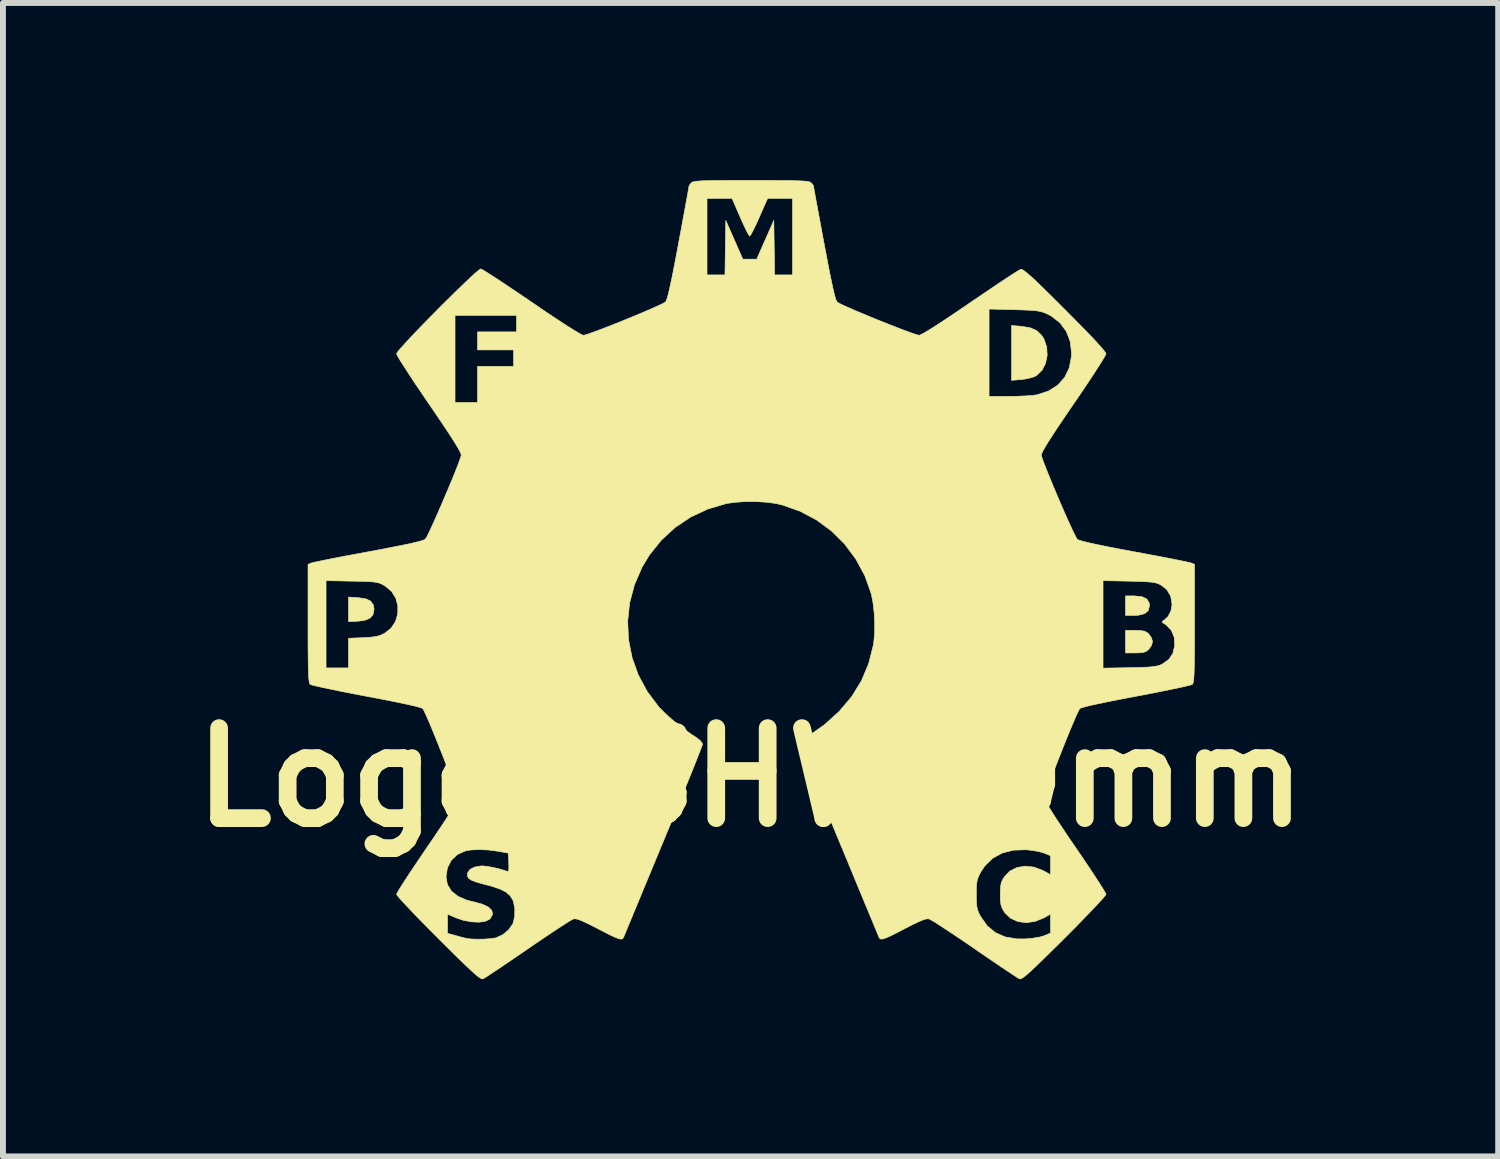
<source format=kicad_pcb>
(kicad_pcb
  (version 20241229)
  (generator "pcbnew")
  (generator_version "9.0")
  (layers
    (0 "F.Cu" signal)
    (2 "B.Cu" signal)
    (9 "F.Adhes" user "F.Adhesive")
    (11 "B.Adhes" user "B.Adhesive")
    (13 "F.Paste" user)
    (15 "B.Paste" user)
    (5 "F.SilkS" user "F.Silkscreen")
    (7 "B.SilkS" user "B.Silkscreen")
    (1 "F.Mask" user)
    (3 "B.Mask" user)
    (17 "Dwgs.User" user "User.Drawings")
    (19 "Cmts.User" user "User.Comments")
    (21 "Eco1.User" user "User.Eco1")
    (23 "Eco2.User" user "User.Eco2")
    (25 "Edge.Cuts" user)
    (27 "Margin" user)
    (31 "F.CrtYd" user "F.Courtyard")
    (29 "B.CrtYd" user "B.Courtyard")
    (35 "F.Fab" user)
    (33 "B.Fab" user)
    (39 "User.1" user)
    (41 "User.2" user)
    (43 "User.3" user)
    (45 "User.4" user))
  (footprint "LogoOSHW20mm"
    (layer "F.Cu")
    (at 9.659 10.114)
    (property "Reference" "LogoOSHW20mm" (at 0 0 0) (layer "F.SilkS") (effects (font (size 1.524 1.524) (thickness 0.3))))
    (attr through_hole)
    (fp_poly (pts (xy -6.639 -3.043) (xy -6.513 -3.024) (xy -6.43 -2.983) (xy -6.386 -2.918) (xy -6.375 -2.845) (xy -6.392 -2.757) (xy -6.443 -2.697) (xy -6.533 -2.66) (xy -6.639 -2.646) (xy -6.807 -2.636) (xy -6.807 -3.054) (xy -6.639 -3.043)) (stroke (width 0.01) (type solid)) (fill yes) (layer "F.SilkS"))
    (fp_poly (pts (xy 6.628 -3.06) (xy 6.71 -3.021) (xy 6.751 -2.954) (xy 6.756 -2.908) (xy 6.736 -2.827) (xy 6.675 -2.773) (xy 6.572 -2.747) (xy 6.502 -2.743) (xy 6.35 -2.743) (xy 6.35 -3.073) (xy 6.502 -3.073) (xy 6.628 -3.06)) (stroke (width 0.01) (type solid)) (fill yes) (layer "F.SilkS"))
    (fp_poly (pts (xy 4.584 -7.639) (xy 4.735 -7.614) (xy 4.848 -7.564) (xy 4.932 -7.483) (xy 4.972 -7.417) (xy 5.016 -7.284) (xy 5.023 -7.144) (xy 4.995 -7.01) (xy 4.936 -6.894) (xy 4.846 -6.808) (xy 4.831 -6.798) (xy 4.758 -6.769) (xy 4.657 -6.747) (xy 4.584 -6.737) (xy 4.42 -6.724) (xy 4.42 -7.652) (xy 4.584 -7.639)) (stroke (width 0.01) (type solid)) (fill yes) (layer "F.SilkS"))
    (fp_poly (pts (xy 6.612 -2.486) (xy 6.674 -2.475) (xy 6.719 -2.45) (xy 6.745 -2.427) (xy 6.788 -2.365) (xy 6.807 -2.301) (xy 6.807 -2.299) (xy 6.79 -2.235) (xy 6.747 -2.173) (xy 6.745 -2.171) (xy 6.702 -2.136) (xy 6.653 -2.117) (xy 6.58 -2.109) (xy 6.516 -2.108) (xy 6.35 -2.108) (xy 6.35 -2.489) (xy 6.516 -2.489) (xy 6.612 -2.486)) (stroke (width 0.01) (type solid)) (fill yes) (layer "F.SilkS"))
    (fp_poly (pts (xy 0.264 -10.109) (xy 0.47 -10.108) (xy 0.634 -10.107) (xy 0.763 -10.104) (xy 0.859 -10.101) (xy 0.928 -10.096) (xy 0.976 -10.09) (xy 1.006 -10.082) (xy 1.024 -10.072) (xy 1.027 -10.069) (xy 1.059 -10.031) (xy 1.067 -10.012) (xy 1.071 -9.984) (xy 1.084 -9.912) (xy 1.104 -9.8) (xy 1.131 -9.656) (xy 1.163 -9.484) (xy 1.199 -9.289) (xy 1.238 -9.078) (xy 1.245 -9.043) (xy 1.295 -8.779) (xy 1.337 -8.561) (xy 1.373 -8.387) (xy 1.402 -8.253) (xy 1.426 -8.155) (xy 1.446 -8.09) (xy 1.462 -8.055) (xy 1.467 -8.05) (xy 1.504 -8.027) (xy 1.581 -7.99) (xy 1.689 -7.942) (xy 1.822 -7.884) (xy 1.972 -7.822) (xy 2.131 -7.756) (xy 2.292 -7.692) (xy 2.446 -7.631) (xy 2.586 -7.577) (xy 2.705 -7.533) (xy 2.794 -7.502) (xy 2.847 -7.487) (xy 2.854 -7.487) (xy 2.892 -7.501) (xy 2.969 -7.544) (xy 3.083 -7.614) (xy 3.231 -7.709) (xy 3.411 -7.829) (xy 3.621 -7.971) (xy 3.72 -8.039) (xy 3.902 -8.163) (xy 4.071 -8.277) (xy 4.224 -8.38) (xy 4.356 -8.467) (xy 4.462 -8.536) (xy 4.536 -8.582) (xy 4.574 -8.604) (xy 4.576 -8.604) (xy 4.597 -8.601) (xy 4.63 -8.581) (xy 4.68 -8.542) (xy 4.75 -8.482) (xy 4.842 -8.396) (xy 4.959 -8.283) (xy 5.105 -8.139) (xy 5.282 -7.963) (xy 5.324 -7.921) (xy 5.519 -7.724) (xy 5.685 -7.555) (xy 5.819 -7.415) (xy 5.919 -7.305) (xy 5.986 -7.227) (xy 6.017 -7.182) (xy 6.02 -7.175) (xy 6.006 -7.143) (xy 5.966 -7.074) (xy 5.903 -6.974) (xy 5.821 -6.846) (xy 5.723 -6.697) (xy 5.611 -6.53) (xy 5.489 -6.351) (xy 5.47 -6.324) (xy 5.308 -6.086) (xy 5.175 -5.888) (xy 5.071 -5.728) (xy 4.995 -5.606) (xy 4.947 -5.521) (xy 4.925 -5.471) (xy 4.923 -5.461) (xy 4.934 -5.419) (xy 4.962 -5.339) (xy 5.005 -5.227) (xy 5.06 -5.092) (xy 5.122 -4.94) (xy 5.19 -4.78) (xy 5.259 -4.618) (xy 5.327 -4.462) (xy 5.391 -4.319) (xy 5.447 -4.198) (xy 5.492 -4.104) (xy 5.523 -4.047) (xy 5.532 -4.034) (xy 5.562 -4.018) (xy 5.627 -3.998) (xy 5.729 -3.973) (xy 5.872 -3.942) (xy 6.057 -3.904) (xy 6.287 -3.86) (xy 6.49 -3.822) (xy 6.701 -3.783) (xy 6.898 -3.746) (xy 7.075 -3.712) (xy 7.226 -3.682) (xy 7.344 -3.658) (xy 7.425 -3.64) (xy 7.461 -3.631) (xy 7.518 -3.608) (xy 7.518 -2.607) (xy 7.518 -2.35) (xy 7.517 -2.138) (xy 7.516 -1.969) (xy 7.513 -1.837) (xy 7.51 -1.737) (xy 7.505 -1.666) (xy 7.498 -1.618) (xy 7.491 -1.589) (xy 7.482 -1.576) (xy 7.449 -1.564) (xy 7.372 -1.545) (xy 7.257 -1.519) (xy 7.109 -1.488) (xy 6.935 -1.453) (xy 6.74 -1.414) (xy 6.529 -1.374) (xy 6.528 -1.374) (xy 6.283 -1.327) (xy 6.068 -1.285) (xy 5.887 -1.247) (xy 5.745 -1.216) (xy 5.643 -1.19) (xy 5.586 -1.172) (xy 5.576 -1.167) (xy 5.556 -1.131) (xy 5.52 -1.056) (xy 5.473 -0.947) (xy 5.416 -0.813) (xy 5.354 -0.66) (xy 5.288 -0.496) (xy 5.222 -0.328) (xy 5.158 -0.164) (xy 5.1 -0.01) (xy 5.05 0.126) (xy 5.011 0.236) (xy 4.986 0.313) (xy 4.978 0.35) (xy 4.989 0.386) (xy 5.024 0.453) (xy 5.082 0.551) (xy 5.166 0.683) (xy 5.277 0.851) (xy 5.415 1.057) (xy 5.499 1.179) (xy 5.619 1.354) (xy 5.729 1.518) (xy 5.826 1.664) (xy 5.906 1.789) (xy 5.968 1.886) (xy 6.007 1.951) (xy 6.02 1.979) (xy 6.002 2.006) (xy 5.953 2.064) (xy 5.874 2.149) (xy 5.772 2.258) (xy 5.648 2.386) (xy 5.508 2.53) (xy 5.355 2.684) (xy 5.313 2.726) (xy 5.129 2.908) (xy 4.978 3.057) (xy 4.856 3.176) (xy 4.759 3.267) (xy 4.686 3.333) (xy 4.631 3.378) (xy 4.593 3.403) (xy 4.568 3.413) (xy 4.558 3.412) (xy 4.526 3.394) (xy 4.457 3.35) (xy 4.358 3.284) (xy 4.232 3.2) (xy 4.085 3.1) (xy 3.923 2.99) (xy 3.798 2.903) (xy 3.627 2.786) (xy 3.467 2.678) (xy 3.323 2.583) (xy 3.201 2.503) (xy 3.107 2.443) (xy 3.044 2.407) (xy 3.023 2.396) (xy 2.986 2.395) (xy 2.933 2.408) (xy 2.856 2.44) (xy 2.748 2.491) (xy 2.612 2.561) (xy 2.466 2.637) (xy 2.357 2.691) (xy 2.28 2.723) (xy 2.229 2.738) (xy 2.198 2.736) (xy 2.181 2.719) (xy 2.177 2.711) (xy 2.165 2.683) (xy 2.136 2.612) (xy 2.09 2.501) (xy 2.03 2.356) (xy 1.956 2.179) (xy 1.874 1.981) (xy 3.823 1.981) (xy 3.824 2.099) (xy 3.831 2.182) (xy 3.845 2.246) (xy 3.871 2.308) (xy 3.899 2.36) (xy 4.009 2.515) (xy 4.146 2.628) (xy 4.311 2.701) (xy 4.508 2.734) (xy 4.648 2.735) (xy 4.781 2.723) (xy 4.899 2.703) (xy 4.972 2.681) (xy 5.08 2.636) (xy 5.08 2.315) (xy 4.968 2.378) (xy 4.818 2.439) (xy 4.668 2.46) (xy 4.527 2.441) (xy 4.404 2.385) (xy 4.307 2.293) (xy 4.298 2.279) (xy 4.261 2.217) (xy 4.24 2.156) (xy 4.231 2.08) (xy 4.229 1.981) (xy 4.232 1.874) (xy 4.242 1.8) (xy 4.264 1.74) (xy 4.298 1.684) (xy 4.39 1.587) (xy 4.511 1.526) (xy 4.651 1.503) (xy 4.8 1.519) (xy 4.95 1.575) (xy 4.968 1.585) (xy 5.08 1.647) (xy 5.08 1.326) (xy 4.972 1.282) (xy 4.891 1.258) (xy 4.783 1.238) (xy 4.671 1.225) (xy 4.454 1.232) (xy 4.263 1.28) (xy 4.1 1.369) (xy 3.968 1.497) (xy 3.899 1.601) (xy 3.863 1.672) (xy 3.84 1.734) (xy 3.828 1.802) (xy 3.823 1.894) (xy 3.823 1.981) (xy 1.874 1.981) (xy 1.872 1.975) (xy 1.777 1.747) (xy 1.675 1.499) (xy 1.566 1.236) (xy 1.501 1.081) (xy 1.389 0.81) (xy 1.283 0.553) (xy 1.185 0.312) (xy 1.095 0.093) (xy 1.017 -0.102) (xy 0.951 -0.267) (xy 0.898 -0.4) (xy 0.861 -0.496) (xy 0.841 -0.552) (xy 0.838 -0.563) (xy 0.859 -0.604) (xy 0.913 -0.654) (xy 0.946 -0.677) (xy 1.249 -0.89) (xy 1.504 -1.12) (xy 1.714 -1.369) (xy 1.879 -1.638) (xy 1.968 -1.85) (xy 5.969 -1.85) (xy 6.42 -1.858) (xy 6.587 -1.862) (xy 6.713 -1.867) (xy 6.805 -1.874) (xy 6.872 -1.884) (xy 6.923 -1.897) (xy 6.966 -1.915) (xy 6.971 -1.918) (xy 7.082 -1.996) (xy 7.151 -2.098) (xy 7.182 -2.23) (xy 7.175 -2.37) (xy 7.127 -2.488) (xy 7.044 -2.578) (xy 7.03 -2.587) (xy 6.98 -2.62) (xy 6.97 -2.64) (xy 6.996 -2.659) (xy 7.007 -2.665) (xy 7.071 -2.725) (xy 7.118 -2.818) (xy 7.137 -2.925) (xy 7.137 -2.935) (xy 7.115 -3.069) (xy 7.05 -3.18) (xy 6.95 -3.258) (xy 6.906 -3.279) (xy 6.859 -3.294) (xy 6.798 -3.305) (xy 6.716 -3.312) (xy 6.603 -3.318) (xy 6.45 -3.322) (xy 6.407 -3.323) (xy 5.969 -3.332) (xy 5.969 -1.85) (xy 1.968 -1.85) (xy 2.001 -1.929) (xy 2.081 -2.245) (xy 2.085 -2.272) (xy 2.101 -2.424) (xy 2.103 -2.604) (xy 2.093 -2.794) (xy 2.072 -2.972) (xy 2.044 -3.111) (xy 1.935 -3.416) (xy 1.784 -3.696) (xy 1.595 -3.95) (xy 1.372 -4.172) (xy 1.118 -4.359) (xy 0.839 -4.507) (xy 0.538 -4.613) (xy 0.436 -4.637) (xy 0.281 -4.659) (xy 0.097 -4.67) (xy -0.096 -4.67) (xy -0.277 -4.657) (xy -0.41 -4.637) (xy -0.722 -4.545) (xy -1.013 -4.409) (xy -1.277 -4.232) (xy -1.512 -4.016) (xy -1.713 -3.765) (xy -1.838 -3.558) (xy -1.966 -3.261) (xy -2.047 -2.955) (xy -2.08 -2.644) (xy -2.066 -2.334) (xy -2.006 -2.029) (xy -1.9 -1.734) (xy -1.749 -1.454) (xy -1.554 -1.194) (xy -1.551 -1.191) (xy -1.447 -1.085) (xy -1.313 -0.966) (xy -1.161 -0.845) (xy -1.007 -0.733) (xy -0.921 -0.677) (xy -0.855 -0.627) (xy -0.818 -0.58) (xy -0.813 -0.563) (xy -0.822 -0.533) (xy -0.85 -0.459) (xy -0.894 -0.347) (xy -0.952 -0.199) (xy -1.024 -0.02) (xy -1.108 0.186) (xy -1.201 0.415) (xy -1.303 0.663) (xy -1.412 0.927) (xy -1.476 1.081) (xy -1.588 1.351) (xy -1.694 1.608) (xy -1.794 1.847) (xy -1.884 2.066) (xy -1.964 2.259) (xy -2.032 2.423) (xy -2.086 2.553) (xy -2.125 2.648) (xy -2.147 2.701) (xy -2.152 2.711) (xy -2.166 2.732) (xy -2.192 2.739) (xy -2.236 2.73) (xy -2.303 2.703) (xy -2.401 2.657) (xy -2.535 2.588) (xy -2.587 2.561) (xy -2.73 2.488) (xy -2.836 2.437) (xy -2.912 2.407) (xy -2.964 2.394) (xy -2.997 2.396) (xy -3.033 2.414) (xy -3.105 2.458) (xy -3.207 2.524) (xy -3.336 2.608) (xy -3.484 2.707) (xy -3.648 2.818) (xy -3.772 2.903) (xy -3.942 3.02) (xy -4.101 3.128) (xy -4.242 3.224) (xy -4.362 3.303) (xy -4.453 3.364) (xy -4.513 3.401) (xy -4.532 3.412) (xy -4.55 3.411) (xy -4.58 3.396) (xy -4.623 3.365) (xy -4.684 3.313) (xy -4.765 3.238) (xy -4.87 3.138) (xy -5.003 3.009) (xy -5.165 2.848) (xy -5.288 2.726) (xy -5.444 2.569) (xy -5.588 2.422) (xy -5.716 2.29) (xy -5.824 2.176) (xy -5.909 2.084) (xy -5.967 2.018) (xy -5.993 1.983) (xy -5.994 1.979) (xy -5.98 1.95) (xy -5.941 1.883) (xy -5.879 1.785) (xy -5.813 1.685) (xy -5.156 1.685) (xy -5.133 1.815) (xy -5.064 1.926) (xy -4.952 2.015) (xy -4.799 2.081) (xy -4.685 2.108) (xy -4.543 2.146) (xy -4.441 2.194) (xy -4.382 2.251) (xy -4.368 2.315) (xy -4.401 2.381) (xy -4.422 2.403) (xy -4.494 2.438) (xy -4.599 2.452) (xy -4.725 2.446) (xy -4.859 2.421) (xy -4.972 2.383) (xy -5.131 2.317) (xy -5.131 2.64) (xy -4.997 2.677) (xy -4.912 2.701) (xy -4.84 2.719) (xy -4.813 2.726) (xy -4.733 2.736) (xy -4.623 2.74) (xy -4.504 2.738) (xy -4.395 2.73) (xy -4.316 2.718) (xy -4.312 2.717) (xy -4.196 2.664) (xy -4.095 2.58) (xy -4.026 2.481) (xy -4.022 2.472) (xy -3.994 2.356) (xy -3.991 2.224) (xy -4.015 2.103) (xy -4.029 2.068) (xy -4.075 1.998) (xy -4.145 1.939) (xy -4.246 1.889) (xy -4.386 1.842) (xy -4.486 1.816) (xy -4.623 1.779) (xy -4.715 1.746) (xy -4.77 1.712) (xy -4.794 1.673) (xy -4.793 1.624) (xy -4.791 1.618) (xy -4.752 1.56) (xy -4.675 1.519) (xy -4.57 1.5) (xy -4.536 1.499) (xy -4.462 1.506) (xy -4.361 1.525) (xy -4.255 1.549) (xy -4.164 1.576) (xy -4.133 1.587) (xy -4.108 1.593) (xy -4.095 1.578) (xy -4.092 1.532) (xy -4.094 1.445) (xy -4.102 1.283) (xy -4.267 1.252) (xy -4.437 1.229) (xy -4.603 1.222) (xy -4.748 1.23) (xy -4.832 1.246) (xy -4.966 1.307) (xy -5.068 1.405) (xy -5.133 1.533) (xy -5.156 1.683) (xy -5.156 1.685) (xy -5.813 1.685) (xy -5.797 1.66) (xy -5.7 1.513) (xy -5.589 1.349) (xy -5.474 1.179) (xy -5.32 0.953) (xy -5.195 0.766) (xy -5.097 0.615) (xy -5.025 0.5) (xy -4.979 0.417) (xy -4.956 0.365) (xy -4.953 0.35) (xy -4.962 0.309) (xy -4.988 0.229) (xy -5.028 0.116) (xy -5.079 -0.021) (xy -5.138 -0.175) (xy -5.201 -0.34) (xy -5.268 -0.508) (xy -5.333 -0.671) (xy -5.395 -0.823) (xy -5.451 -0.956) (xy -5.498 -1.062) (xy -5.532 -1.135) (xy -5.551 -1.167) (xy -5.585 -1.181) (xy -5.666 -1.203) (xy -5.79 -1.232) (xy -5.954 -1.267) (xy -6.153 -1.307) (xy -6.384 -1.352) (xy -6.503 -1.374) (xy -6.713 -1.414) (xy -6.909 -1.452) (xy -7.083 -1.488) (xy -7.231 -1.519) (xy -7.346 -1.545) (xy -7.423 -1.564) (xy -7.456 -1.576) (xy -7.456 -1.576) (xy -7.466 -1.59) (xy -7.473 -1.62) (xy -7.48 -1.669) (xy -7.484 -1.741) (xy -7.488 -1.842) (xy -7.488 -1.854) (xy -7.188 -1.854) (xy -6.807 -1.854) (xy -6.807 -2.356) (xy -6.56 -2.366) (xy -6.432 -2.374) (xy -6.339 -2.386) (xy -6.268 -2.406) (xy -6.201 -2.437) (xy -6.198 -2.439) (xy -6.087 -2.526) (xy -6.012 -2.639) (xy -5.974 -2.767) (xy -5.972 -2.902) (xy -6.006 -3.032) (xy -6.077 -3.148) (xy -6.184 -3.239) (xy -6.189 -3.242) (xy -6.235 -3.269) (xy -6.278 -3.288) (xy -6.325 -3.301) (xy -6.386 -3.31) (xy -6.471 -3.316) (xy -6.588 -3.32) (xy -6.747 -3.323) (xy -6.75 -3.323) (xy -7.188 -3.332) (xy -7.188 -1.854) (xy -7.488 -1.854) (xy -7.49 -1.976) (xy -7.492 -2.148) (xy -7.493 -2.361) (xy -7.493 -2.607) (xy -7.493 -3.608) (xy -7.436 -3.631) (xy -7.398 -3.641) (xy -7.317 -3.658) (xy -7.197 -3.683) (xy -7.046 -3.713) (xy -6.869 -3.747) (xy -6.671 -3.784) (xy -6.464 -3.822) (xy -6.198 -3.872) (xy -5.98 -3.915) (xy -5.806 -3.95) (xy -5.674 -3.98) (xy -5.582 -4.004) (xy -5.526 -4.023) (xy -5.507 -4.034) (xy -5.484 -4.069) (xy -5.446 -4.145) (xy -5.396 -4.253) (xy -5.336 -4.385) (xy -5.27 -4.535) (xy -5.201 -4.695) (xy -5.132 -4.857) (xy -5.066 -5.014) (xy -5.007 -5.159) (xy -4.958 -5.284) (xy -4.922 -5.382) (xy -4.901 -5.444) (xy -4.898 -5.461) (xy -4.91 -5.499) (xy -4.949 -5.571) (xy -5.015 -5.68) (xy -5.109 -5.826) (xy -5.231 -6.01) (xy -5.383 -6.233) (xy -5.445 -6.324) (xy -5.568 -6.505) (xy -5.682 -6.673) (xy -5.782 -6.826) (xy -5.867 -6.957) (xy -5.933 -7.061) (xy -5.976 -7.135) (xy -5.994 -7.172) (xy -5.994 -7.175) (xy -5.977 -7.204) (xy -5.928 -7.263) (xy -5.851 -7.348) (xy -5.753 -7.454) (xy -5.637 -7.576) (xy -5.508 -7.709) (xy -5.396 -7.823) (xy -5.004 -7.823) (xy -5.004 -6.35) (xy -4.623 -6.35) (xy -4.623 -6.452) (xy 4.039 -6.452) (xy 4.38 -6.452) (xy 4.521 -6.454) (xy 4.657 -6.46) (xy 4.772 -6.468) (xy 4.853 -6.479) (xy 4.856 -6.48) (xy 5.046 -6.543) (xy 5.201 -6.641) (xy 5.319 -6.773) (xy 5.397 -6.934) (xy 5.433 -7.123) (xy 5.436 -7.188) (xy 5.413 -7.383) (xy 5.346 -7.554) (xy 5.239 -7.699) (xy 5.092 -7.813) (xy 5.016 -7.852) (xy 4.963 -7.874) (xy 4.906 -7.89) (xy 4.838 -7.902) (xy 4.747 -7.91) (xy 4.625 -7.915) (xy 4.464 -7.92) (xy 4.039 -7.931) (xy 4.039 -6.452) (xy -4.623 -6.452) (xy -4.623 -6.96) (xy -4.013 -6.96) (xy -4.013 -7.239) (xy -4.623 -7.239) (xy -4.623 -7.544) (xy -3.962 -7.544) (xy -3.962 -7.823) (xy -5.004 -7.823) (xy -5.396 -7.823) (xy -5.371 -7.848) (xy -5.232 -7.989) (xy -5.093 -8.126) (xy -4.962 -8.255) (xy -4.841 -8.372) (xy -4.737 -8.47) (xy -4.654 -8.546) (xy -4.596 -8.594) (xy -4.568 -8.611) (xy -4.539 -8.597) (xy -4.473 -8.557) (xy -4.374 -8.494) (xy -4.248 -8.412) (xy -4.1 -8.313) (xy -3.933 -8.201) (xy -3.753 -8.079) (xy -3.709 -8.049) (xy -3.485 -7.896) (xy -3.29 -7.766) (xy -3.126 -7.658) (xy -2.995 -7.576) (xy -2.9 -7.519) (xy -2.842 -7.49) (xy -2.828 -7.487) (xy -2.787 -7.496) (xy -2.707 -7.523) (xy -2.595 -7.564) (xy -2.46 -7.615) (xy -2.309 -7.674) (xy -2.15 -7.738) (xy -1.99 -7.804) (xy -1.836 -7.868) (xy -1.698 -7.927) (xy -1.582 -7.979) (xy -1.495 -8.019) (xy -1.447 -8.046) (xy -1.441 -8.05) (xy -1.426 -8.075) (xy -1.408 -8.127) (xy -1.386 -8.209) (xy -1.36 -8.325) (xy -1.327 -8.478) (xy -1.289 -8.673) (xy -1.243 -8.912) (xy -1.219 -9.044) (xy -1.179 -9.257) (xy -1.143 -9.454) (xy -1.11 -9.631) (xy -1.083 -9.78) (xy -1.078 -9.804) (xy -0.737 -9.804) (xy -0.737 -8.509) (xy -0.433 -8.509) (xy -0.426 -8.97) (xy -0.419 -9.431) (xy -0.275 -9.103) (xy -0.131 -8.776) (xy 0.105 -8.776) (xy 0.249 -9.103) (xy 0.394 -9.431) (xy 0.401 -8.97) (xy 0.408 -8.509) (xy 0.711 -8.509) (xy 0.711 -9.804) (xy 0.289 -9.804) (xy 0.148 -9.485) (xy 0.096 -9.369) (xy 0.049 -9.272) (xy 0.012 -9.202) (xy -0.011 -9.167) (xy -0.014 -9.165) (xy -0.031 -9.187) (xy -0.064 -9.247) (xy -0.108 -9.338) (xy -0.159 -9.449) (xy -0.174 -9.485) (xy -0.313 -9.804) (xy -0.737 -9.804) (xy -1.078 -9.804) (xy -1.062 -9.897) (xy -1.048 -9.976) (xy -1.042 -10.011) (xy -1.042 -10.012) (xy -1.025 -10.042) (xy -1.001 -10.069) (xy -0.986 -10.08) (xy -0.959 -10.088) (xy -0.917 -10.095) (xy -0.853 -10.1) (xy -0.764 -10.104) (xy -0.644 -10.106) (xy -0.489 -10.108) (xy -0.294 -10.109) (xy -0.055 -10.109) (xy 0.013 -10.109) (xy 0.264 -10.109)) (stroke (width 0.01) (type solid)) (fill yes) (layer "F.SilkS")))
  (gr_rect
    (start -3 -3)
    (end 22.319 16.532)
    (stroke (width 0.1) (type default))
    (fill no)
    (layer "Edge.Cuts")))
</source>
